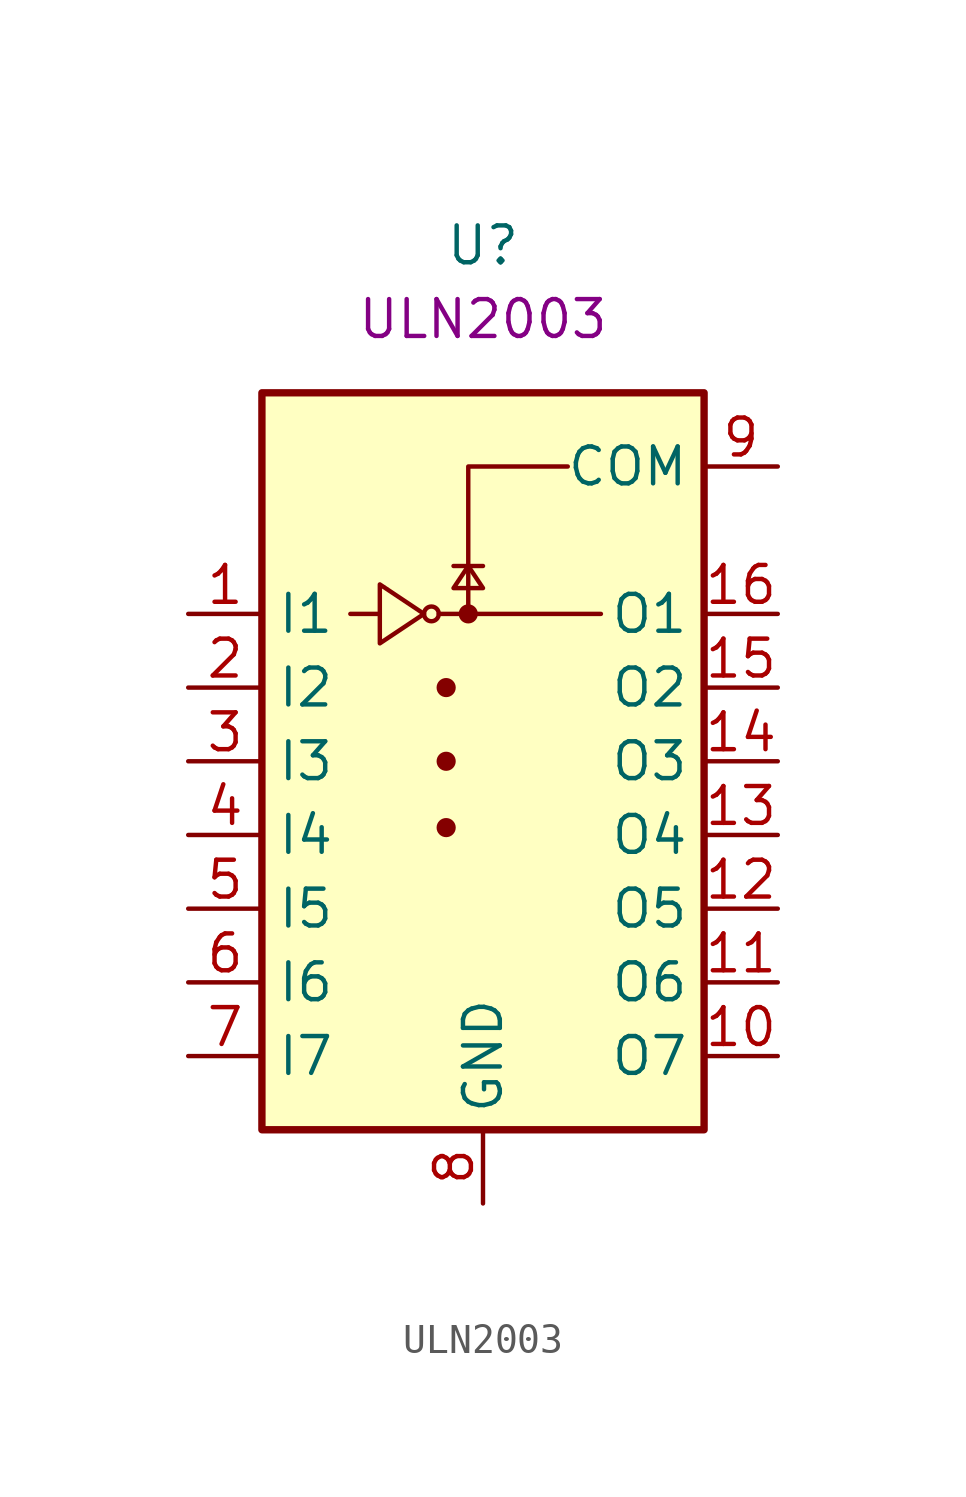
<source format=kicad_sym>
(kicad_symbol_lib
  (version 20220914)
  (generator kicad_symbol_editor)
  (symbol "ULN2003"
    (property "Reference" "U"
      (at 0 17.78 0)
      (effects (font (size 1.27 1.27))))
    (property "UserValue" "ULN2003"
      (at 0 15.24 0)
      (effects (font (size 1.27 1.27))))
    (symbol "ULN2003_0_1"
      (rectangle (start -7.62 12.7) (end 7.62 -12.7) (stroke (width 0.254) (type default)) (fill (type background)))
      (circle (center -1.778 5.08) (radius 0.254) (stroke (width 0) (type default)) (fill (type none)))
      (circle (center -1.27 -2.286) (radius 0.254) (stroke (width 0) (type default)) (fill (type outline)))
      (circle (center -1.27 0) (radius 0.254) (stroke (width 0) (type default)) (fill (type outline)))
      (circle (center -1.27 2.54) (radius 0.254) (stroke (width 0) (type default)) (fill (type outline)))
      (circle (center -0.508 5.08) (radius 0.254) (stroke (width 0) (type default)) (fill (type outline)))
      (polyline (pts (xy -4.572 5.08) (xy -3.556 5.08)) (stroke (width 0) (type default)) (fill (type none)))
      (polyline (pts (xy -1.524 5.08) (xy 4.064 5.08)) (stroke (width 0) (type default)) (fill (type none)))
      (polyline (pts (xy 0 6.731) (xy -1.016 6.731)) (stroke (width 0) (type default)) (fill (type none)))
      (polyline (pts (xy -0.508 5.08) (xy -0.508 10.16) (xy 2.921 10.16)) (stroke (width 0) (type default)) (fill (type none)))
      (polyline (pts (xy -3.556 6.096) (xy -3.556 4.064) (xy -2.032 5.08) (xy -3.556 6.096)) (stroke (width 0) (type default)) (fill (type none)))
      (polyline (pts (xy 0 5.969) (xy -1.016 5.969) (xy -0.508 6.731) (xy 0 5.969)) (stroke (width 0) (type default)) (fill (type none))))
    (symbol "ULN2003_1_1"
      (pin input line (at -10.16 5.08 0) (length 2.54) (name "I1" (effects (font (size 1.27 1.27)))) (number "1" (effects (font (size 1.27 1.27)))))
      (pin open_collector line (at 10.16 -10.16 180) (length 2.54) (name "O7" (effects (font (size 1.27 1.27)))) (number "10" (effects (font (size 1.27 1.27)))))
      (pin open_collector line (at 10.16 -7.62 180) (length 2.54) (name "O6" (effects (font (size 1.27 1.27)))) (number "11" (effects (font (size 1.27 1.27)))))
      (pin open_collector line (at 10.16 -5.08 180) (length 2.54) (name "O5" (effects (font (size 1.27 1.27)))) (number "12" (effects (font (size 1.27 1.27)))))
      (pin open_collector line (at 10.16 -2.54 180) (length 2.54) (name "O4" (effects (font (size 1.27 1.27)))) (number "13" (effects (font (size 1.27 1.27)))))
      (pin open_collector line (at 10.16 0 180) (length 2.54) (name "O3" (effects (font (size 1.27 1.27)))) (number "14" (effects (font (size 1.27 1.27)))))
      (pin open_collector line (at 10.16 2.54 180) (length 2.54) (name "O2" (effects (font (size 1.27 1.27)))) (number "15" (effects (font (size 1.27 1.27)))))
      (pin open_collector line (at 10.16 5.08 180) (length 2.54) (name "O1" (effects (font (size 1.27 1.27)))) (number "16" (effects (font (size 1.27 1.27)))))
      (pin input line (at -10.16 2.54 0) (length 2.54) (name "I2" (effects (font (size 1.27 1.27)))) (number "2" (effects (font (size 1.27 1.27)))))
      (pin input line (at -10.16 0 0) (length 2.54) (name "I3" (effects (font (size 1.27 1.27)))) (number "3" (effects (font (size 1.27 1.27)))))
      (pin input line (at -10.16 -2.54 0) (length 2.54) (name "I4" (effects (font (size 1.27 1.27)))) (number "4" (effects (font (size 1.27 1.27)))))
      (pin input line (at -10.16 -5.08 0) (length 2.54) (name "I5" (effects (font (size 1.27 1.27)))) (number "5" (effects (font (size 1.27 1.27)))))
      (pin input line (at -10.16 -7.62 0) (length 2.54) (name "I6" (effects (font (size 1.27 1.27)))) (number "6" (effects (font (size 1.27 1.27)))))
      (pin input line (at -10.16 -10.16 0) (length 2.54) (name "I7" (effects (font (size 1.27 1.27)))) (number "7" (effects (font (size 1.27 1.27)))))
      (pin power_in line (at 0 -15.24 90) (length 2.54) (name "GND" (effects (font (size 1.27 1.27)))) (number "8" (effects (font (size 1.27 1.27)))))
      (pin passive line (at 10.16 10.16 180) (length 2.54) (name "COM" (effects (font (size 1.27 1.27)))) (number "9" (effects (font (size 1.27 1.27))))))))
</source>
